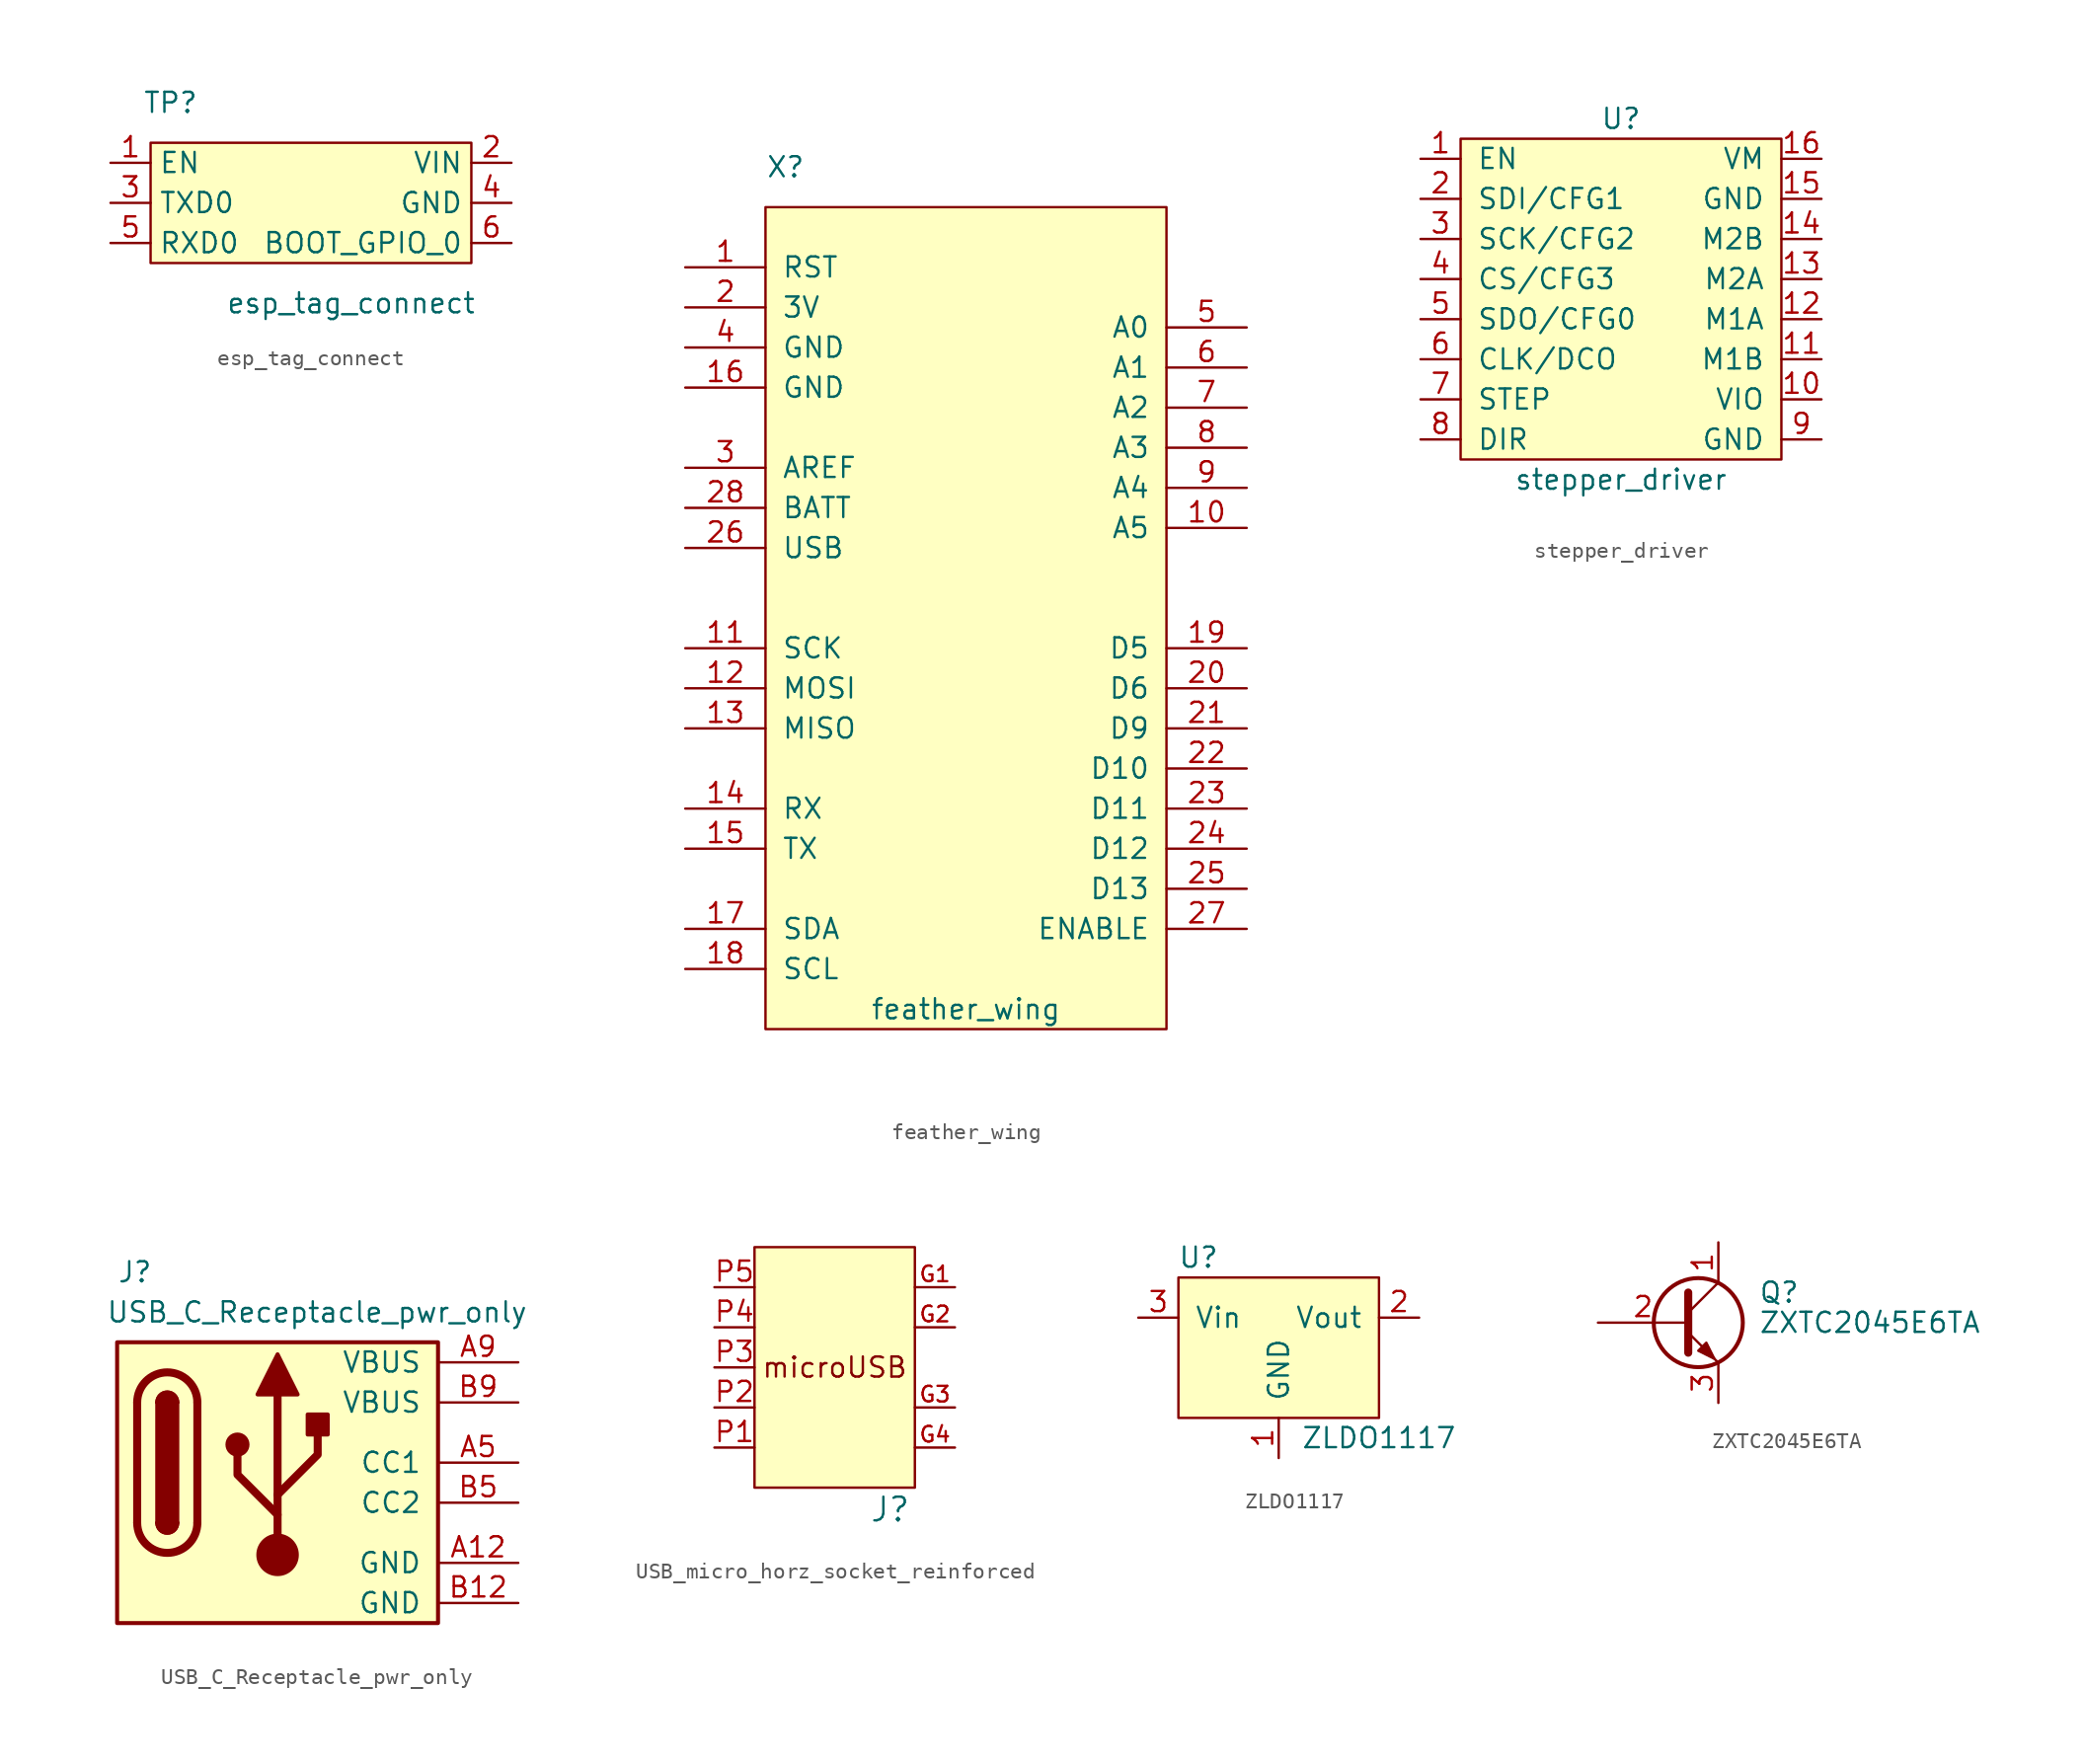
<source format=kicad_sym>
(kicad_symbol_lib
  (version 20220914)
  (generator kicad_symbol_editor)
  (symbol "esp_tag_connect"
    (property "Reference" "TP"
      (at -8.89 6.35 0)
      (effects (font (size 1.27 1.27))))
    (property "Value" "esp_tag_connect"
      (at 2.54 -6.35 0)
      (effects (font (size 1.27 1.27))))
    (symbol "esp_tag_connect_0_1"
      (rectangle (start -10.16 3.81) (end 10.16 -3.81) (stroke (width 0.152) (type default)) (fill (type background))))
    (symbol "esp_tag_connect_1_1"
      (pin input line (at -12.7 2.54 0) (length 2.54) (name "EN" (effects (font (size 1.27 1.27)))) (number "1" (effects (font (size 1.27 1.27)))))
      (pin power_in line (at 12.7 2.54 180) (length 2.54) (name "VIN" (effects (font (size 1.27 1.27)))) (number "2" (effects (font (size 1.27 1.27)))))
      (pin input line (at -12.7 0 0) (length 2.54) (name "TXD0" (effects (font (size 1.27 1.27)))) (number "3" (effects (font (size 1.27 1.27)))))
      (pin power_in line (at 12.7 0 180) (length 2.54) (name "GND" (effects (font (size 1.27 1.27)))) (number "4" (effects (font (size 1.27 1.27)))))
      (pin input line (at -12.7 -2.54 0) (length 2.54) (name "RXD0" (effects (font (size 1.27 1.27)))) (number "5" (effects (font (size 1.27 1.27)))))
      (pin input line (at 12.7 -2.54 180) (length 2.54) (name "BOOT_GPIO_0" (effects (font (size 1.27 1.27)))) (number "6" (effects (font (size 1.27 1.27)))))))
  (symbol "feather_wing"
    (pin_names
      (offset 1.016))
    (property "Reference" "X"
      (at -11.43 26.67 0)
      (effects (font (size 1.27 1.27))))
    (property "Value" "feather_wing"
      (at 0 -26.67 0)
      (effects (font (size 1.27 1.27))))
    (symbol "feather_wing_1_0"
      (rectangle (start 12.7 24.13) (end -12.7 -27.94) (stroke (width 0) (type default)) (fill (type background)))
      (pin bidirectional line (at -17.78 20.32 0) (length 5.08) (name "RST" (effects (font (size 1.27 1.27)))) (number "1" (effects (font (size 1.27 1.27)))))
      (pin bidirectional line (at 17.78 3.81 180) (length 5.08) (name "A5" (effects (font (size 1.27 1.27)))) (number "10" (effects (font (size 1.27 1.27)))))
      (pin bidirectional line (at -17.78 -3.81 0) (length 5.08) (name "SCK" (effects (font (size 1.27 1.27)))) (number "11" (effects (font (size 1.27 1.27)))))
      (pin bidirectional line (at -17.78 -6.35 0) (length 5.08) (name "MOSI" (effects (font (size 1.27 1.27)))) (number "12" (effects (font (size 1.27 1.27)))))
      (pin bidirectional line (at -17.78 -8.89 0) (length 5.08) (name "MISO" (effects (font (size 1.27 1.27)))) (number "13" (effects (font (size 1.27 1.27)))))
      (pin bidirectional line (at -17.78 -13.97 0) (length 5.08) (name "RX" (effects (font (size 1.27 1.27)))) (number "14" (effects (font (size 1.27 1.27)))))
      (pin bidirectional line (at -17.78 -16.51 0) (length 5.08) (name "TX" (effects (font (size 1.27 1.27)))) (number "15" (effects (font (size 1.27 1.27)))))
      (pin bidirectional line (at -17.78 12.7 0) (length 5.08) (name "GND" (effects (font (size 1.27 1.27)))) (number "16" (effects (font (size 1.27 1.27)))))
      (pin bidirectional line (at -17.78 -21.59 0) (length 5.08) (name "SDA" (effects (font (size 1.27 1.27)))) (number "17" (effects (font (size 1.27 1.27)))))
      (pin bidirectional line (at -17.78 -24.13 0) (length 5.08) (name "SCL" (effects (font (size 1.27 1.27)))) (number "18" (effects (font (size 1.27 1.27)))))
      (pin bidirectional line (at 17.78 -3.81 180) (length 5.08) (name "D5" (effects (font (size 1.27 1.27)))) (number "19" (effects (font (size 1.27 1.27)))))
      (pin bidirectional line (at -17.78 17.78 0) (length 5.08) (name "3V" (effects (font (size 1.27 1.27)))) (number "2" (effects (font (size 1.27 1.27)))))
      (pin bidirectional line (at 17.78 -6.35 180) (length 5.08) (name "D6" (effects (font (size 1.27 1.27)))) (number "20" (effects (font (size 1.27 1.27)))))
      (pin bidirectional line (at 17.78 -8.89 180) (length 5.08) (name "D9" (effects (font (size 1.27 1.27)))) (number "21" (effects (font (size 1.27 1.27)))))
      (pin bidirectional line (at 17.78 -11.43 180) (length 5.08) (name "D10" (effects (font (size 1.27 1.27)))) (number "22" (effects (font (size 1.27 1.27)))))
      (pin bidirectional line (at 17.78 -13.97 180) (length 5.08) (name "D11" (effects (font (size 1.27 1.27)))) (number "23" (effects (font (size 1.27 1.27)))))
      (pin bidirectional line (at 17.78 -16.51 180) (length 5.08) (name "D12" (effects (font (size 1.27 1.27)))) (number "24" (effects (font (size 1.27 1.27)))))
      (pin bidirectional line (at 17.78 -19.05 180) (length 5.08) (name "D13" (effects (font (size 1.27 1.27)))) (number "25" (effects (font (size 1.27 1.27)))))
      (pin bidirectional line (at -17.78 2.54 0) (length 5.08) (name "USB" (effects (font (size 1.27 1.27)))) (number "26" (effects (font (size 1.27 1.27)))))
      (pin bidirectional line (at 17.78 -21.59 180) (length 5.08) (name "ENABLE" (effects (font (size 1.27 1.27)))) (number "27" (effects (font (size 1.27 1.27)))))
      (pin bidirectional line (at -17.78 5.08 0) (length 5.08) (name "BATT" (effects (font (size 1.27 1.27)))) (number "28" (effects (font (size 1.27 1.27)))))
      (pin bidirectional line (at -17.78 7.62 0) (length 5.08) (name "AREF" (effects (font (size 1.27 1.27)))) (number "3" (effects (font (size 1.27 1.27)))))
      (pin bidirectional line (at -17.78 15.24 0) (length 5.08) (name "GND" (effects (font (size 1.27 1.27)))) (number "4" (effects (font (size 1.27 1.27)))))
      (pin bidirectional line (at 17.78 16.51 180) (length 5.08) (name "A0" (effects (font (size 1.27 1.27)))) (number "5" (effects (font (size 1.27 1.27)))))
      (pin bidirectional line (at 17.78 13.97 180) (length 5.08) (name "A1" (effects (font (size 1.27 1.27)))) (number "6" (effects (font (size 1.27 1.27)))))
      (pin bidirectional line (at 17.78 11.43 180) (length 5.08) (name "A2" (effects (font (size 1.27 1.27)))) (number "7" (effects (font (size 1.27 1.27)))))
      (pin bidirectional line (at 17.78 8.89 180) (length 5.08) (name "A3" (effects (font (size 1.27 1.27)))) (number "8" (effects (font (size 1.27 1.27)))))
      (pin bidirectional line (at 17.78 6.35 180) (length 5.08) (name "A4" (effects (font (size 1.27 1.27)))) (number "9" (effects (font (size 1.27 1.27)))))))
  (symbol "stepper_driver"
    (pin_names
      (offset 1.016))
    (property "Reference" "U"
      (at 0 12.7 0)
      (effects (font (size 1.27 1.27))))
    (property "Value" "stepper_driver"
      (at 0 -10.16 0)
      (effects (font (size 1.27 1.27))))
    (symbol "stepper_driver_0_1"
      (rectangle (start -10.16 -8.89) (end 10.16 11.43) (stroke (width 0) (type default)) (fill (type background))))
    (symbol "stepper_driver_1_1"
      (pin input line (at -12.7 10.16 0) (length 2.54) (name "EN" (effects (font (size 1.27 1.27)))) (number "1" (effects (font (size 1.27 1.27)))))
      (pin input line (at 12.7 -5.08 180) (length 2.54) (name "VIO" (effects (font (size 1.27 1.27)))) (number "10" (effects (font (size 1.27 1.27)))))
      (pin input line (at 12.7 -2.54 180) (length 2.54) (name "M1B" (effects (font (size 1.27 1.27)))) (number "11" (effects (font (size 1.27 1.27)))))
      (pin input line (at 12.7 0 180) (length 2.54) (name "M1A" (effects (font (size 1.27 1.27)))) (number "12" (effects (font (size 1.27 1.27)))))
      (pin input line (at 12.7 2.54 180) (length 2.54) (name "M2A" (effects (font (size 1.27 1.27)))) (number "13" (effects (font (size 1.27 1.27)))))
      (pin input line (at 12.7 5.08 180) (length 2.54) (name "M2B" (effects (font (size 1.27 1.27)))) (number "14" (effects (font (size 1.27 1.27)))))
      (pin input line (at 12.7 7.62 180) (length 2.54) (name "GND" (effects (font (size 1.27 1.27)))) (number "15" (effects (font (size 1.27 1.27)))))
      (pin input line (at 12.7 10.16 180) (length 2.54) (name "VM" (effects (font (size 1.27 1.27)))) (number "16" (effects (font (size 1.27 1.27)))))
      (pin input line (at -12.7 7.62 0) (length 2.54) (name "SDI/CFG1" (effects (font (size 1.27 1.27)))) (number "2" (effects (font (size 1.27 1.27)))))
      (pin input line (at -12.7 5.08 0) (length 2.54) (name "SCK/CFG2" (effects (font (size 1.27 1.27)))) (number "3" (effects (font (size 1.27 1.27)))))
      (pin input line (at -12.7 2.54 0) (length 2.54) (name "CS/CFG3" (effects (font (size 1.27 1.27)))) (number "4" (effects (font (size 1.27 1.27)))))
      (pin input line (at -12.7 0 0) (length 2.54) (name "SDO/CFG0" (effects (font (size 1.27 1.27)))) (number "5" (effects (font (size 1.27 1.27)))))
      (pin input line (at -12.7 -2.54 0) (length 2.54) (name "CLK/DCO" (effects (font (size 1.27 1.27)))) (number "6" (effects (font (size 1.27 1.27)))))
      (pin input line (at -12.7 -5.08 0) (length 2.54) (name "STEP" (effects (font (size 1.27 1.27)))) (number "7" (effects (font (size 1.27 1.27)))))
      (pin input line (at -12.7 -7.62 0) (length 2.54) (name "DIR" (effects (font (size 1.27 1.27)))) (number "8" (effects (font (size 1.27 1.27)))))
      (pin input line (at 12.7 -7.62 180) (length 2.54) (name "GND" (effects (font (size 1.27 1.27)))) (number "9" (effects (font (size 1.27 1.27)))))))
  (symbol "USB_C_Receptacle_pwr_only"
    (pin_names
      (offset 1.016))
    (property "Reference" "J"
      (at -10.16 12.065 0)
      (effects (font (size 1.27 1.27)) (justify left)))
    (property "Value" "USB_C_Receptacle_pwr_only"
      (at 15.875 9.525 0)
      (effects (font (size 1.27 1.27)) (justify right)))
    (symbol "USB_C_Receptacle_pwr_only_0_1"
      (rectangle (start -10.16 7.62) (end 10.16 -10.16) (stroke (width 0.254) (type default)) (fill (type background)))
      (arc (start -8.89 -3.81) (mid -6.985 -5.7067) (end -5.08 -3.81) (stroke (width 0.508) (type default)) (fill (type none)))
      (arc (start -7.62 -3.81) (mid -6.985 -4.4423) (end -6.35 -3.81) (stroke (width 0.254) (type default)) (fill (type none)))
      (arc (start -7.62 -3.81) (mid -6.985 -4.4423) (end -6.35 -3.81) (stroke (width 0.254) (type default)) (fill (type outline)))
      (rectangle (start -7.62 -3.81) (end -6.35 3.81) (stroke (width 0.254) (type default)) (fill (type outline)))
      (arc (start -6.35 3.81) (mid -6.985 4.4423) (end -7.62 3.81) (stroke (width 0.254) (type default)) (fill (type none)))
      (arc (start -6.35 3.81) (mid -6.985 4.4423) (end -7.62 3.81) (stroke (width 0.254) (type default)) (fill (type outline)))
      (arc (start -5.08 3.81) (mid -6.985 5.7067) (end -8.89 3.81) (stroke (width 0.508) (type default)) (fill (type none)))
      (circle (center -2.54 1.143) (radius 0.635) (stroke (width 0.254) (type default)) (fill (type outline)))
      (circle (center 0 -5.842) (radius 1.27) (stroke (width 0) (type default)) (fill (type outline)))
      (polyline (pts (xy -8.89 -3.81) (xy -8.89 3.81)) (stroke (width 0.508) (type default)) (fill (type none)))
      (polyline (pts (xy -5.08 3.81) (xy -5.08 -3.81)) (stroke (width 0.508) (type default)) (fill (type none)))
      (polyline (pts (xy 0 -5.842) (xy 0 4.318)) (stroke (width 0.508) (type default)) (fill (type none)))
      (polyline (pts (xy 0 -3.302) (xy -2.54 -0.762) (xy -2.54 0.508)) (stroke (width 0.508) (type default)) (fill (type none)))
      (polyline (pts (xy 0 -2.032) (xy 2.54 0.508) (xy 2.54 1.778)) (stroke (width 0.508) (type default)) (fill (type none)))
      (polyline (pts (xy -1.27 4.318) (xy 0 6.858) (xy 1.27 4.318) (xy -1.27 4.318)) (stroke (width 0.254) (type default)) (fill (type outline)))
      (rectangle (start 1.905 1.778) (end 3.175 3.048) (stroke (width 0.254) (type default)) (fill (type outline))))
    (symbol "USB_C_Receptacle_pwr_only_1_1"
      (pin power_in line (at 15.24 -6.35 180) (length 5.08) (name "GND" (effects (font (size 1.27 1.27)))) (number "A12" (effects (font (size 1.27 1.27)))))
      (pin bidirectional line (at 15.24 0 180) (length 5.08) (name "CC1" (effects (font (size 1.27 1.27)))) (number "A5" (effects (font (size 1.27 1.27)))))
      (pin power_in line (at 15.24 6.35 180) (length 5.08) (name "VBUS" (effects (font (size 1.27 1.27)))) (number "A9" (effects (font (size 1.27 1.27)))))
      (pin power_in line (at 15.24 -8.89 180) (length 5.08) (name "GND" (effects (font (size 1.27 1.27)))) (number "B12" (effects (font (size 1.27 1.27)))))
      (pin bidirectional line (at 15.24 -2.54 180) (length 5.08) (name "CC2" (effects (font (size 1.27 1.27)))) (number "B5" (effects (font (size 1.27 1.27)))))
      (pin power_in line (at 15.24 3.81 180) (length 5.08) (name "VBUS" (effects (font (size 1.27 1.27)))) (number "B9" (effects (font (size 1.27 1.27)))))))
  (symbol "USB_micro_horz_socket_reinforced"
    (pin_names
      (offset 1.016))
    (property "Reference" "J"
      (at 4.826 -8.128 0)
      (effects (font (size 1.499 1.499)) (justify right top)))
    (symbol "USB_micro_horz_socket_reinforced_0_0"
      (text "microUSB" (at 0 0 0) (effects (font (size 1.27 1.27)))))
    (symbol "USB_micro_horz_socket_reinforced_1_0"
      (pin bidirectional line (at 7.62 5.08 180) (length 2.54) (name "G1" (effects (font (size 0 0)))) (number "G1" (effects (font (size 0.991 0.991)))))
      (pin bidirectional line (at 7.62 2.54 180) (length 2.54) (name "G2" (effects (font (size 0 0)))) (number "G2" (effects (font (size 0.991 0.991)))))
      (pin bidirectional line (at 7.62 -2.54 180) (length 2.54) (name "G3" (effects (font (size 0 0)))) (number "G3" (effects (font (size 0.991 0.991)))))
      (pin bidirectional line (at 7.62 -5.08 180) (length 2.54) (name "G4" (effects (font (size 0 0)))) (number "G4" (effects (font (size 0.991 0.991)))))
      (pin bidirectional line (at -7.62 -5.08 0) (length 2.54) (name "P1" (effects (font (size 0 0)))) (number "P1" (effects (font (size 1.27 1.27)))))
      (pin bidirectional line (at -7.62 -2.54 0) (length 2.54) (name "P2" (effects (font (size 0 0)))) (number "P2" (effects (font (size 1.27 1.27)))))
      (pin bidirectional line (at -7.62 0 0) (length 2.54) (name "P3" (effects (font (size 0 0)))) (number "P3" (effects (font (size 1.27 1.27)))))
      (pin bidirectional line (at -7.62 2.54 0) (length 2.54) (name "P4" (effects (font (size 0 0)))) (number "P4" (effects (font (size 1.27 1.27)))))
      (pin bidirectional line (at -7.62 5.08 0) (length 2.54) (name "P5" (effects (font (size 0 0)))) (number "P5" (effects (font (size 1.27 1.27))))))
    (symbol "USB_micro_horz_socket_reinforced_1_1"
      (rectangle (start -5.08 -7.62) (end 5.08 7.62) (stroke (width 0) (type default)) (fill (type background)))))
  (symbol "ZLDO1117"
    (pin_names
      (offset 1.016))
    (property "Reference" "U"
      (at -5.08 6.35 0)
      (effects (font (size 1.27 1.27))))
    (property "Value" "ZLDO1117"
      (at 6.35 -5.08 0)
      (effects (font (size 1.27 1.27))))
    (symbol "ZLDO1117_0_1"
      (rectangle (start -6.35 5.08) (end 6.35 -3.81) (stroke (width 0) (type default)) (fill (type background))))
    (symbol "ZLDO1117_1_1"
      (pin input line (at 0 -6.35 90) (length 2.54) (name "GND" (effects (font (size 1.27 1.27)))) (number "1" (effects (font (size 1.27 1.27)))))
      (pin input line (at 8.89 2.54 180) (length 2.54) (name "Vout" (effects (font (size 1.27 1.27)))) (number "2" (effects (font (size 1.27 1.27)))))
      (pin input line (at -8.89 2.54 0) (length 2.54) (name "Vin" (effects (font (size 1.27 1.27)))) (number "3" (effects (font (size 1.27 1.27)))))))
  (symbol "ZXTC2045E6TA"
    (pin_names
      (offset 0) hide)
    (property "Reference" "Q"
      (at 5.08 1.905 0)
      (effects (font (size 1.27 1.27)) (justify left)))
    (property "Value" "ZXTC2045E6TA"
      (at 5.08 0 0)
      (effects (font (size 1.27 1.27)) (justify left)))
    (symbol "ZXTC2045E6TA_0_1"
      (polyline (pts (xy 0.635 0.635) (xy 2.54 2.54)) (stroke (width 0) (type default)) (fill (type none)))
      (polyline (pts (xy 0.635 -0.635) (xy 2.54 -2.54) (xy 2.54 -2.54)) (stroke (width 0) (type default)) (fill (type none)))
      (polyline (pts (xy 0.635 1.905) (xy 0.635 -1.905) (xy 0.635 -1.905)) (stroke (width 0.508) (type default)) (fill (type none)))
      (polyline (pts (xy 1.27 -1.778) (xy 1.778 -1.27) (xy 2.286 -2.286) (xy 1.27 -1.778) (xy 1.27 -1.778)) (stroke (width 0) (type default)) (fill (type outline)))
      (circle (center 1.27 0) (radius 2.819) (stroke (width 0.254) (type default)) (fill (type none))))
    (symbol "ZXTC2045E6TA_1_1"
      (pin passive line (at 2.54 5.08 270) (length 2.54) (name "C" (effects (font (size 1.27 1.27)))) (number "1" (effects (font (size 1.27 1.27)))))
      (pin passive line (at -5.08 0 0) (length 5.715) (name "B" (effects (font (size 1.27 1.27)))) (number "2" (effects (font (size 1.27 1.27)))))
      (pin passive line (at 2.54 -5.08 90) (length 2.54) (name "E" (effects (font (size 1.27 1.27)))) (number "3" (effects (font (size 1.27 1.27))))))))
</source>
